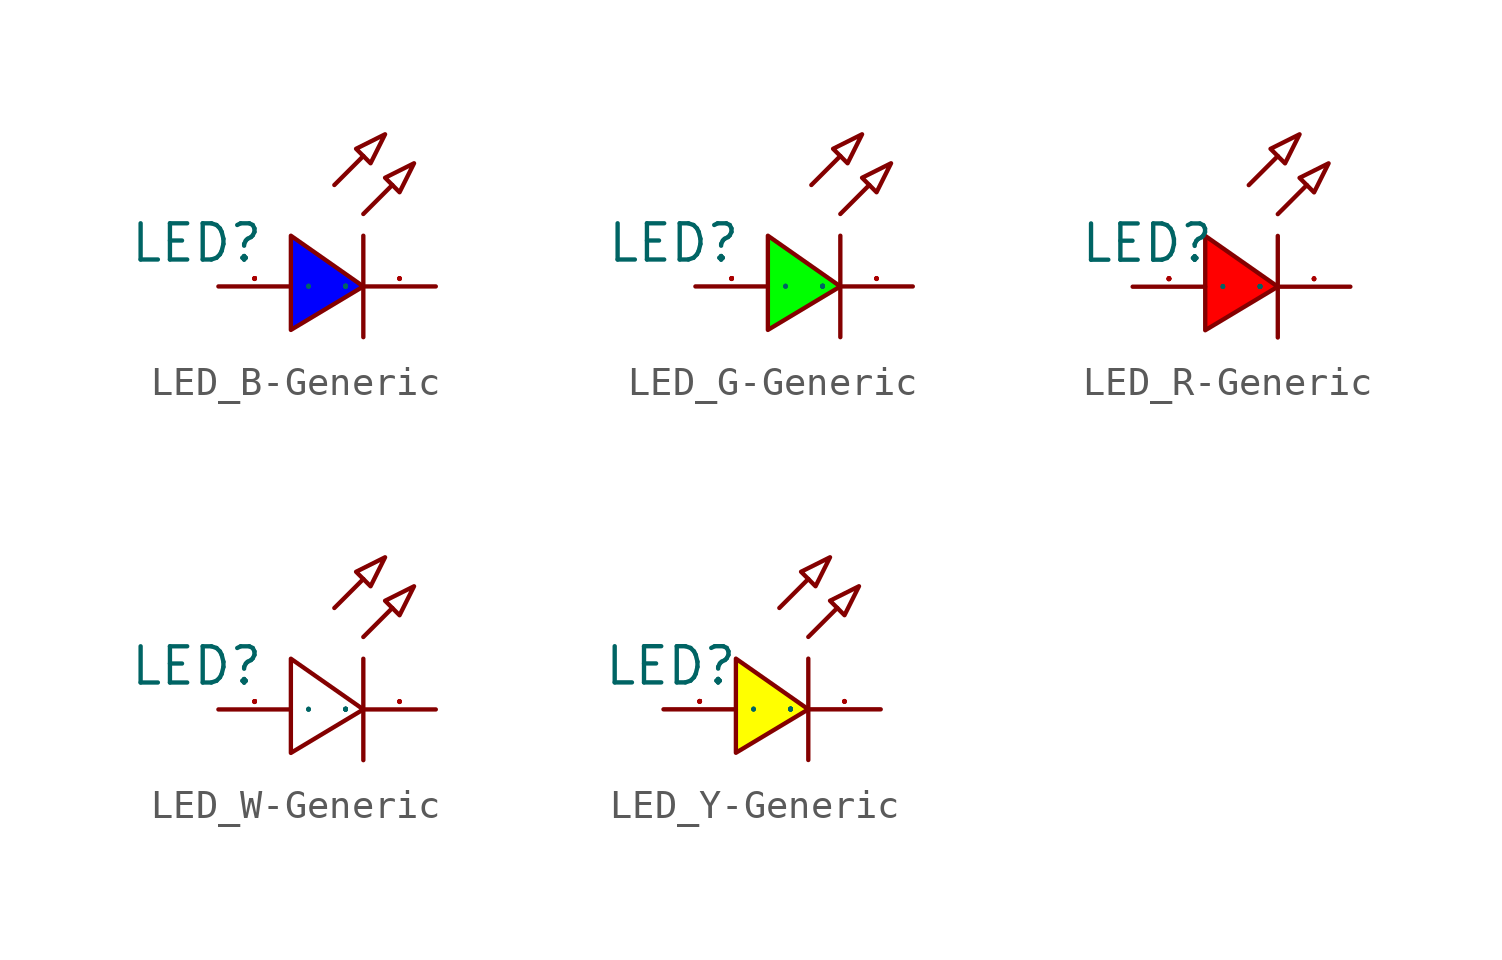
<source format=kicad_sym>
(kicad_symbol_lib
  (version 20241209)
  (generator "kicad_symbol_editor")
  (generator_version "9.0")
  (symbol "LED_B-Generic"
    (property "Reference" "LED"
      (at -4.572 1.524 0)
      (effects (font (size 1.27 1.27))))
    (property "Value" ""
      (at 0 0 0)
      (effects (font (size 1.27 1.27))))
    (symbol "LED_B-Generic_1_0"
      (polyline (pts (xy -1.27 -1.524) (xy 1.27 0) (xy -1.27 1.778) (xy -1.27 -1.524)) (stroke (width 0) (type solid)) (fill (type color) (color 0 0 255 1)))
      (polyline (pts (xy 0.254 3.556) (xy 1.27 4.572)) (stroke (width 0) (type default)) (fill (type none)))
      (polyline (pts (xy 1.27 2.54) (xy 2.286 3.556)) (stroke (width 0) (type default)) (fill (type none)))
      (polyline (pts (xy 1.27 -1.778) (xy 1.27 1.778)) (stroke (width 0) (type default)) (fill (type none)))
      (polyline (pts (xy 2.032 5.334) (xy 1.016 4.826) (xy 1.524 4.318) (xy 2.032 5.334)) (stroke (width 0) (type default)) (fill (type none)))
      (polyline (pts (xy 3.048 4.318) (xy 2.032 3.81) (xy 2.54 3.302) (xy 3.048 4.318)) (stroke (width 0) (type default)) (fill (type none)))
      (pin input line (at -3.81 0 0) (length 2.54) (name "A" (effects (font (size 0.025 0.025)))) (number "2" (effects (font (size 0.025 0.025)))))
      (pin input line (at 3.81 0 180) (length 2.54) (name "C" (effects (font (size 0.025 0.025)))) (number "1" (effects (font (size 0.025 0.025)))))))
  (symbol "LED_G-Generic"
    (property "Reference" "LED"
      (at -4.572 1.524 0)
      (effects (font (size 1.27 1.27))))
    (property "Value" ""
      (at 0 0 0)
      (effects (font (size 1.27 1.27))))
    (symbol "LED_G-Generic_1_0"
      (polyline (pts (xy -1.27 -1.524) (xy 1.27 0) (xy -1.27 1.778) (xy -1.27 -1.524)) (stroke (width 0) (type solid)) (fill (type color) (color 0 255 0 1)))
      (polyline (pts (xy 0.254 3.556) (xy 1.27 4.572)) (stroke (width 0) (type default)) (fill (type none)))
      (polyline (pts (xy 1.27 2.54) (xy 2.286 3.556)) (stroke (width 0) (type default)) (fill (type none)))
      (polyline (pts (xy 1.27 -1.778) (xy 1.27 1.778)) (stroke (width 0) (type default)) (fill (type none)))
      (polyline (pts (xy 2.032 5.334) (xy 1.016 4.826) (xy 1.524 4.318) (xy 2.032 5.334)) (stroke (width 0) (type default)) (fill (type none)))
      (polyline (pts (xy 3.048 4.318) (xy 2.032 3.81) (xy 2.54 3.302) (xy 3.048 4.318)) (stroke (width 0) (type default)) (fill (type none)))
      (pin input line (at -3.81 0 0) (length 2.54) (name "A" (effects (font (size 0.025 0.025)))) (number "2" (effects (font (size 0.025 0.025)))))
      (pin input line (at 3.81 0 180) (length 2.54) (name "C" (effects (font (size 0.025 0.025)))) (number "1" (effects (font (size 0.025 0.025)))))))
  (symbol "LED_R-Generic"
    (property "Reference" "LED"
      (at -3.302 1.524 0)
      (effects (font (size 1.27 1.27))))
    (property "Value" ""
      (at 0 0 0)
      (effects (font (size 1.27 1.27))))
    (symbol "LED_R-Generic_1_0"
      (polyline (pts (xy -1.27 -1.524) (xy 1.27 0) (xy -1.27 1.778) (xy -1.27 -1.524)) (stroke (width 0) (type solid)) (fill (type color) (color 255 0 0 1)))
      (polyline (pts (xy 0.254 3.556) (xy 1.27 4.572)) (stroke (width 0) (type default)) (fill (type none)))
      (polyline (pts (xy 1.27 2.54) (xy 2.286 3.556)) (stroke (width 0) (type default)) (fill (type none)))
      (polyline (pts (xy 1.27 -1.778) (xy 1.27 1.778)) (stroke (width 0) (type default)) (fill (type none)))
      (polyline (pts (xy 2.032 5.334) (xy 1.016 4.826) (xy 1.524 4.318) (xy 2.032 5.334)) (stroke (width 0) (type default)) (fill (type none)))
      (polyline (pts (xy 3.048 4.318) (xy 2.032 3.81) (xy 2.54 3.302) (xy 3.048 4.318)) (stroke (width 0) (type default)) (fill (type none)))
      (pin input line (at -3.81 0 0) (length 2.54) (name "A" (effects (font (size 0.025 0.025)))) (number "2" (effects (font (size 0.025 0.025)))))
      (pin input line (at 3.81 0 180) (length 2.54) (name "C" (effects (font (size 0.025 0.025)))) (number "1" (effects (font (size 0.025 0.025)))))))
  (symbol "LED_W-Generic"
    (property "Reference" "LED"
      (at -4.572 1.524 0)
      (effects (font (size 1.27 1.27))))
    (property "Value" ""
      (at 0 0 0)
      (effects (font (size 1.27 1.27))))
    (symbol "LED_W-Generic_1_0"
      (polyline (pts (xy -1.27 -1.524) (xy 1.27 0) (xy -1.27 1.778) (xy -1.27 -1.524)) (stroke (width 0) (type solid)) (fill (type color) (color 255 255 255 1)))
      (polyline (pts (xy 0.254 3.556) (xy 1.27 4.572)) (stroke (width 0) (type default)) (fill (type none)))
      (polyline (pts (xy 1.27 2.54) (xy 2.286 3.556)) (stroke (width 0) (type default)) (fill (type none)))
      (polyline (pts (xy 1.27 -1.778) (xy 1.27 1.778)) (stroke (width 0) (type default)) (fill (type none)))
      (polyline (pts (xy 2.032 5.334) (xy 1.016 4.826) (xy 1.524 4.318) (xy 2.032 5.334)) (stroke (width 0) (type default)) (fill (type none)))
      (polyline (pts (xy 3.048 4.318) (xy 2.032 3.81) (xy 2.54 3.302) (xy 3.048 4.318)) (stroke (width 0) (type default)) (fill (type none)))
      (pin input line (at -3.81 0 0) (length 2.54) (name "A" (effects (font (size 0.025 0.025)))) (number "2" (effects (font (size 0.025 0.025)))))
      (pin input line (at 3.81 0 180) (length 2.54) (name "C" (effects (font (size 0.025 0.025)))) (number "1" (effects (font (size 0.025 0.025)))))))
  (symbol "LED_Y-Generic"
    (property "Reference" "LED"
      (at -3.556 1.524 0)
      (effects (font (size 1.27 1.27))))
    (property "Value" ""
      (at 0 0 0)
      (effects (font (size 1.27 1.27))))
    (symbol "LED_Y-Generic_1_0"
      (polyline (pts (xy -1.27 -1.524) (xy 1.27 0) (xy -1.27 1.778) (xy -1.27 -1.524)) (stroke (width 0) (type solid)) (fill (type color) (color 255 255 0 1)))
      (polyline (pts (xy 0.254 3.556) (xy 1.27 4.572)) (stroke (width 0) (type default)) (fill (type none)))
      (polyline (pts (xy 1.27 2.54) (xy 2.286 3.556)) (stroke (width 0) (type default)) (fill (type none)))
      (polyline (pts (xy 1.27 -1.778) (xy 1.27 1.778)) (stroke (width 0) (type default)) (fill (type none)))
      (polyline (pts (xy 2.032 5.334) (xy 1.016 4.826) (xy 1.524 4.318) (xy 2.032 5.334)) (stroke (width 0) (type default)) (fill (type none)))
      (polyline (pts (xy 3.048 4.318) (xy 2.032 3.81) (xy 2.54 3.302) (xy 3.048 4.318)) (stroke (width 0) (type default)) (fill (type none)))
      (pin input line (at -3.81 0 0) (length 2.54) (name "A" (effects (font (size 0.025 0.025)))) (number "2" (effects (font (size 0.025 0.025)))))
      (pin input line (at 3.81 0 180) (length 2.54) (name "C" (effects (font (size 0.025 0.025)))) (number "1" (effects (font (size 0.025 0.025))))))))
</source>
